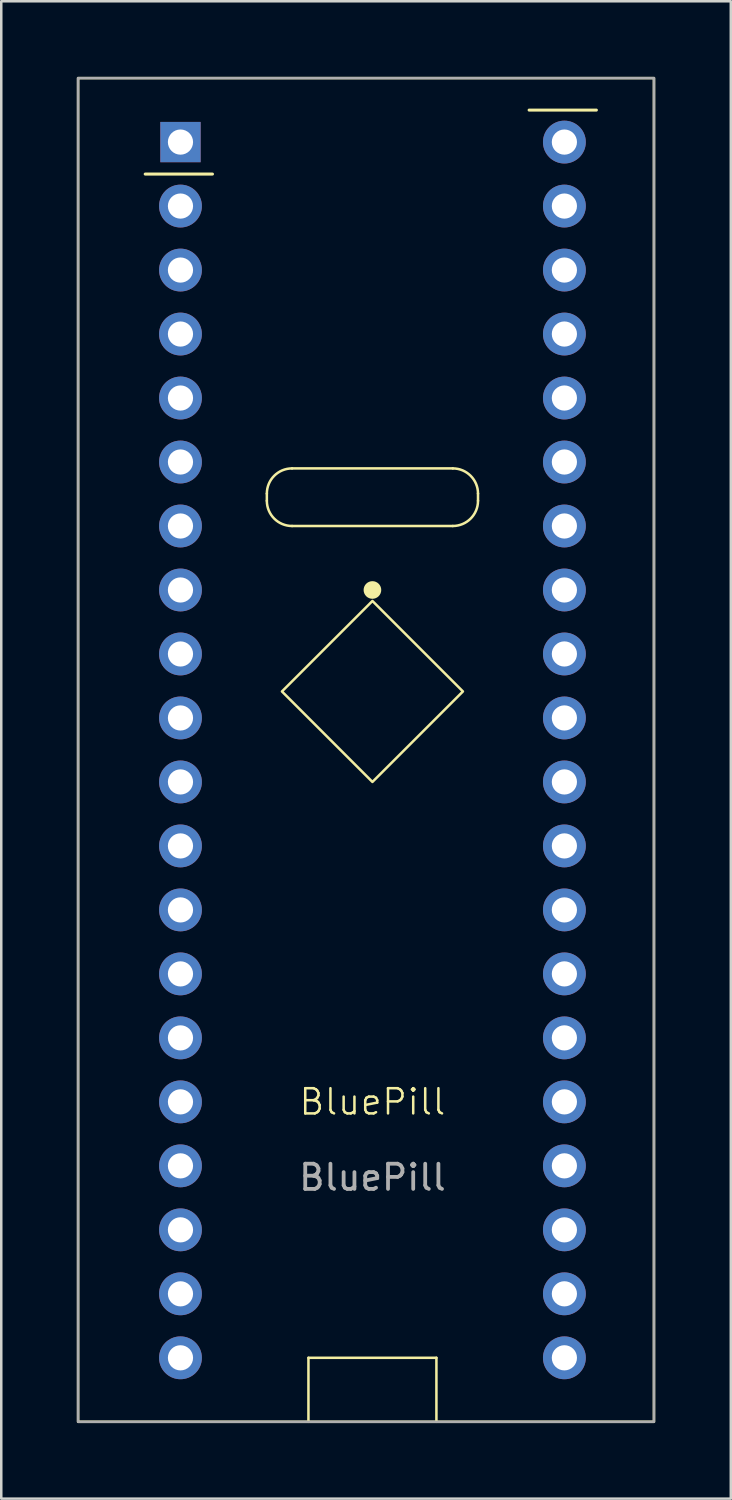
<source format=kicad_pcb>
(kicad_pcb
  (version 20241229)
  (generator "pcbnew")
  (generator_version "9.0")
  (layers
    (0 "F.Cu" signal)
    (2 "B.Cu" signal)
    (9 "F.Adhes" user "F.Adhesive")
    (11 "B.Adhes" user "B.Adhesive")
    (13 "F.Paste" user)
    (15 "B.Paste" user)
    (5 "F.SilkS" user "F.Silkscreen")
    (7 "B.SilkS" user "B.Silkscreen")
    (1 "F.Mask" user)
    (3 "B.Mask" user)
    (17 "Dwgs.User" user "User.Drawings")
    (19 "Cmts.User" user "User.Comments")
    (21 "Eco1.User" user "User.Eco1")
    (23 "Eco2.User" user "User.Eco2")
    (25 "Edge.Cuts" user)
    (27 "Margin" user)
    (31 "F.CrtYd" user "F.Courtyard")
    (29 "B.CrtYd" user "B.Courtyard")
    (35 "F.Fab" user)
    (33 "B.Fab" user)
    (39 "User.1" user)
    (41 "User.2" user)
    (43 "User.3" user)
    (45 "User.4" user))
  (footprint "BluePill"
    (layer "F.Cu")
    (at 11.734 25.45)
    (property "Reference" "BluePill" (at 0 15.24 0) (unlocked yes) (layer "F.SilkS") (effects (font (size 1 1) (thickness 0.1))))
    (attr through_hole)
    (fp_line (start -6.35 -21.59) (end -9.02 -21.59) (stroke (width 0.12) (type solid)) (layer "F.SilkS"))
    (fp_line (start -4.191 -8.62) (end -4.191 -8.906) (stroke (width 0.1) (type default)) (layer "F.SilkS"))
    (fp_line (start -3.191 -9.906) (end 3.191 -9.906) (stroke (width 0.1) (type default)) (layer "F.SilkS"))
    (fp_line (start -2.54 25.4) (end -2.54 27.94) (stroke (width 0.1) (type default)) (layer "F.SilkS"))
    (fp_line (start 2.54 25.4) (end -2.54 25.4) (stroke (width 0.1) (type default)) (layer "F.SilkS"))
    (fp_line (start 2.54 27.94) (end 2.54 25.4) (stroke (width 0.1) (type default)) (layer "F.SilkS"))
    (fp_line (start 3.191 -7.62) (end -3.191 -7.62) (stroke (width 0.1) (type default)) (layer "F.SilkS"))
    (fp_line (start 4.191 -8.906) (end 4.191 -8.62) (stroke (width 0.1) (type default)) (layer "F.SilkS"))
    (fp_line (start 8.89 -24.13) (end 6.22 -24.13) (stroke (width 0.12) (type solid)) (layer "F.SilkS"))
    (fp_rect (start -11.684 -25.4) (end 11.176 27.94) (stroke (width 0.1) (type default)) (fill no) (layer "F.SilkS"))
    (fp_arc (start -4.191 -8.906) (mid -3.898107 -9.613107) (end -3.191 -9.906) (stroke (width 0.1) (type default)) (layer "F.SilkS"))
    (fp_arc (start -3.191 -7.62) (mid -3.898107 -7.912893) (end -4.191 -8.62) (stroke (width 0.1) (type default)) (layer "F.SilkS"))
    (fp_arc (start 3.191 -9.906) (mid 3.898107 -9.613107) (end 4.191 -8.906) (stroke (width 0.1) (type default)) (layer "F.SilkS"))
    (fp_arc (start 4.191 -8.62) (mid 3.898107 -7.912893) (end 3.191 -7.62) (stroke (width 0.1) (type default)) (layer "F.SilkS"))
    (fp_circle (center 0 -5.08) (end 0.3 -5.08) (stroke (width 0.1) (type solid)) (fill yes) (layer "F.SilkS"))
    (fp_poly (pts (xy -3.592 -1.052) (xy 0 -4.644) (xy 3.592 -1.052) (xy 0 2.54)) (stroke (width 0.1) (type default)) (fill no) (layer "F.SilkS"))
    (fp_rect (start -11.684 -25.4) (end 11.176 27.94) (stroke (width 0.1) (type default)) (fill no) (layer "F.Fab"))
    (fp_text user "${REFERENCE}" (at 0 18.24 0) (unlocked yes) (layer "F.Fab") (effects (font (size 1 1) (thickness 0.15))))
    (pad "1" thru_hole rect (at -7.62 -22.86) (size 1.6 1.6) (drill 1) (layers "*.Cu" "*.Mask"))
    (pad "2" thru_hole oval (at -7.62 -20.32) (size 1.7 1.7) (drill 1) (layers "*.Cu" "*.Mask"))
    (pad "3" thru_hole oval (at -7.62 -17.78) (size 1.7 1.7) (drill 1) (layers "*.Cu" "*.Mask"))
    (pad "4" thru_hole oval (at -7.62 -15.24) (size 1.7 1.7) (drill 1) (layers "*.Cu" "*.Mask"))
    (pad "5" thru_hole oval (at -7.62 -12.7) (size 1.7 1.7) (drill 1) (layers "*.Cu" "*.Mask"))
    (pad "6" thru_hole oval (at -7.62 -10.16) (size 1.7 1.7) (drill 1) (layers "*.Cu" "*.Mask"))
    (pad "7" thru_hole oval (at -7.62 -7.62) (size 1.7 1.7) (drill 1) (layers "*.Cu" "*.Mask"))
    (pad "8" thru_hole oval (at -7.62 -5.08) (size 1.7 1.7) (drill 1) (layers "*.Cu" "*.Mask"))
    (pad "9" thru_hole oval (at -7.62 -2.54) (size 1.7 1.7) (drill 1) (layers "*.Cu" "*.Mask"))
    (pad "10" thru_hole oval (at -7.62 0) (size 1.7 1.7) (drill 1) (layers "*.Cu" "*.Mask"))
    (pad "11" thru_hole oval (at -7.62 2.54) (size 1.7 1.7) (drill 1) (layers "*.Cu" "*.Mask"))
    (pad "12" thru_hole oval (at -7.62 5.08) (size 1.7 1.7) (drill 1) (layers "*.Cu" "*.Mask"))
    (pad "13" thru_hole oval (at -7.62 7.62) (size 1.7 1.7) (drill 1) (layers "*.Cu" "*.Mask"))
    (pad "14" thru_hole oval (at -7.62 10.16) (size 1.7 1.7) (drill 1) (layers "*.Cu" "*.Mask"))
    (pad "15" thru_hole oval (at -7.62 12.7) (size 1.7 1.7) (drill 1) (layers "*.Cu" "*.Mask"))
    (pad "16" thru_hole oval (at -7.62 15.24) (size 1.7 1.7) (drill 1) (layers "*.Cu" "*.Mask"))
    (pad "17" thru_hole oval (at -7.62 17.78) (size 1.7 1.7) (drill 1) (layers "*.Cu" "*.Mask"))
    (pad "18" thru_hole oval (at -7.62 20.32) (size 1.7 1.7) (drill 1) (layers "*.Cu" "*.Mask"))
    (pad "19" thru_hole oval (at -7.62 22.86) (size 1.7 1.7) (drill 1) (layers "*.Cu" "*.Mask"))
    (pad "20" thru_hole oval (at -7.62 25.4) (size 1.7 1.7) (drill 1) (layers "*.Cu" "*.Mask"))
    (pad "21" thru_hole oval (at 7.62 25.4) (size 1.7 1.7) (drill 1) (layers "*.Cu" "*.Mask"))
    (pad "22" thru_hole oval (at 7.62 22.86) (size 1.7 1.7) (drill 1) (layers "*.Cu" "*.Mask"))
    (pad "23" thru_hole oval (at 7.62 20.32) (size 1.7 1.7) (drill 1) (layers "*.Cu" "*.Mask"))
    (pad "24" thru_hole oval (at 7.62 17.78) (size 1.7 1.7) (drill 1) (layers "*.Cu" "*.Mask"))
    (pad "25" thru_hole oval (at 7.62 15.24) (size 1.7 1.7) (drill 1) (layers "*.Cu" "*.Mask"))
    (pad "26" thru_hole oval (at 7.62 12.7) (size 1.7 1.7) (drill 1) (layers "*.Cu" "*.Mask"))
    (pad "27" thru_hole oval (at 7.62 10.16) (size 1.7 1.7) (drill 1) (layers "*.Cu" "*.Mask"))
    (pad "28" thru_hole oval (at 7.62 7.62) (size 1.7 1.7) (drill 1) (layers "*.Cu" "*.Mask"))
    (pad "29" thru_hole oval (at 7.62 5.08) (size 1.7 1.7) (drill 1) (layers "*.Cu" "*.Mask"))
    (pad "30" thru_hole oval (at 7.62 2.54) (size 1.7 1.7) (drill 1) (layers "*.Cu" "*.Mask"))
    (pad "31" thru_hole oval (at 7.62 0) (size 1.7 1.7) (drill 1) (layers "*.Cu" "*.Mask"))
    (pad "32" thru_hole oval (at 7.62 -2.54) (size 1.7 1.7) (drill 1) (layers "*.Cu" "*.Mask"))
    (pad "33" thru_hole oval (at 7.62 -5.08) (size 1.7 1.7) (drill 1) (layers "*.Cu" "*.Mask"))
    (pad "34" thru_hole oval (at 7.62 -7.62) (size 1.7 1.7) (drill 1) (layers "*.Cu" "*.Mask"))
    (pad "35" thru_hole oval (at 7.62 -10.16) (size 1.7 1.7) (drill 1) (layers "*.Cu" "*.Mask"))
    (pad "36" thru_hole oval (at 7.62 -12.7) (size 1.7 1.7) (drill 1) (layers "*.Cu" "*.Mask"))
    (pad "37" thru_hole oval (at 7.62 -15.24) (size 1.7 1.7) (drill 1) (layers "*.Cu" "*.Mask"))
    (pad "38" thru_hole oval (at 7.62 -17.78) (size 1.7 1.7) (drill 1) (layers "*.Cu" "*.Mask"))
    (pad "39" thru_hole oval (at 7.62 -20.32) (size 1.7 1.7) (drill 1) (layers "*.Cu" "*.Mask"))
    (pad "40" thru_hole oval (at 7.62 -22.86) (size 1.7 1.7) (drill 1) (layers "*.Cu" "*.Mask")))
  (gr_rect
    (start -3 -3)
    (end 25.96 56.44)
    (stroke (width 0.1) (type default))
    (fill no)
    (layer "Edge.Cuts")))
</source>
